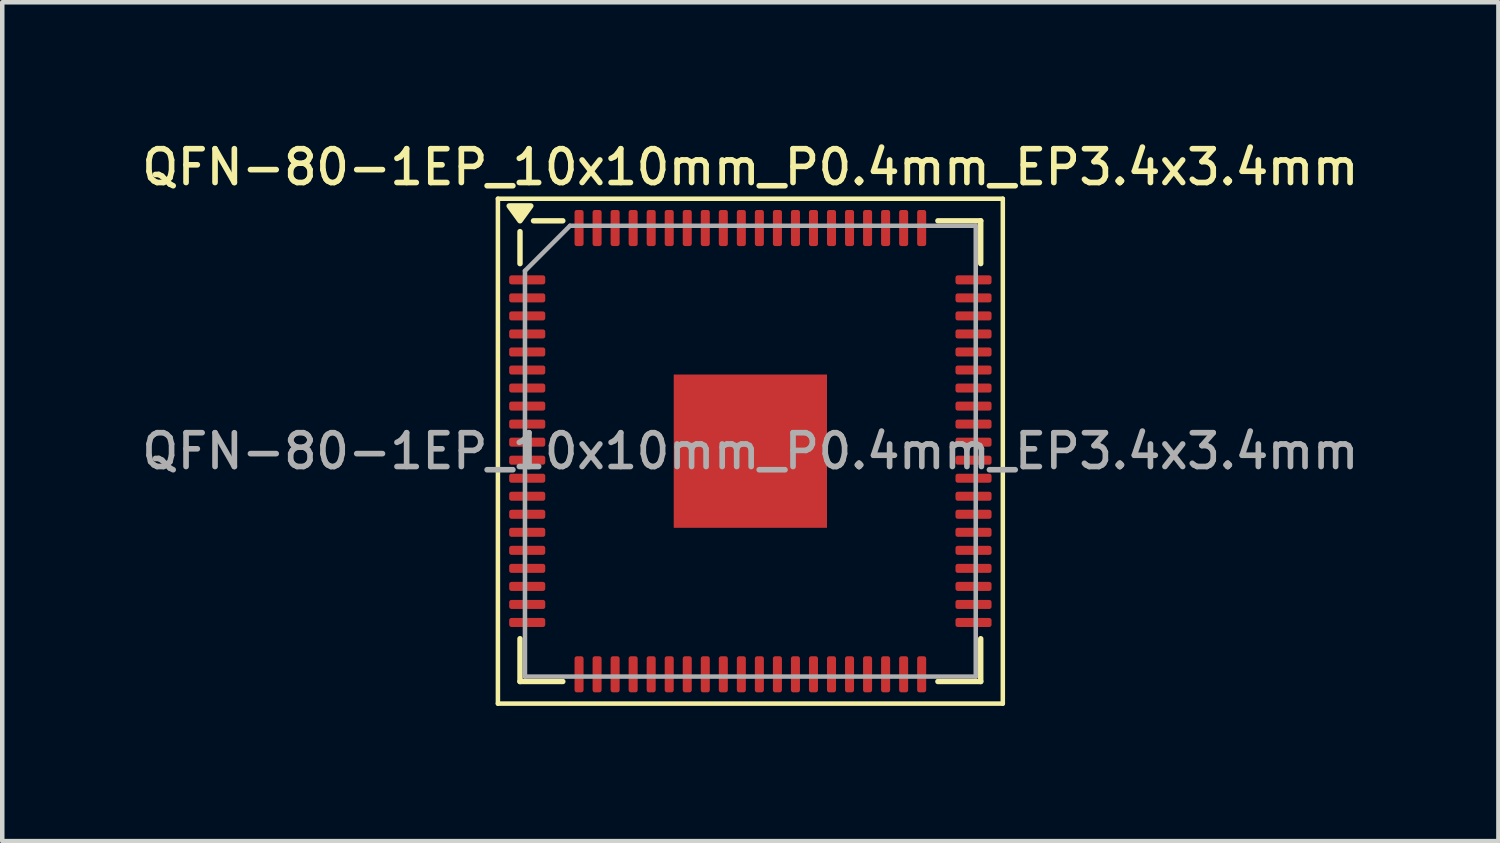
<source format=kicad_pcb>
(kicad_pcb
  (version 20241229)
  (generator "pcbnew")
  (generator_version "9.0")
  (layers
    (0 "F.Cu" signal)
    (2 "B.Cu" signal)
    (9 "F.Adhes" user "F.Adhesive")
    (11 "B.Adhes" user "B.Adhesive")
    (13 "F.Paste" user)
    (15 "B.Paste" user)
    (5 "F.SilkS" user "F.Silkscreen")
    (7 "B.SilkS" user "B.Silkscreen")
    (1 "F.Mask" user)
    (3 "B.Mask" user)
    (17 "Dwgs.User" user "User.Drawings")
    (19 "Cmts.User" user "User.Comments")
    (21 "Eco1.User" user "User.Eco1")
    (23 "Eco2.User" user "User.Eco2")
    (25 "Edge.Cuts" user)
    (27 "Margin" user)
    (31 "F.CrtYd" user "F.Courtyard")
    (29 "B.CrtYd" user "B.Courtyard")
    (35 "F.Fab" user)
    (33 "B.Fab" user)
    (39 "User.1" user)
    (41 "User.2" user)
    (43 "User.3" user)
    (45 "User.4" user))
  (footprint "QFN-80-1EP_10x10mm_P0.4mm_EP3.4x3.4mm"
    (layer "F.Cu")
    (at 13.595 6.958)
    (property "Reference" "QFN-80-1EP_10x10mm_P0.4mm_EP3.4x3.4mm" (at 0 -6.3 0) (layer "F.SilkS") (effects (font (size 0.75 0.75) (thickness 0.125))))
    (attr smd)
    (fp_line (start -5.6 -5.6) (end -5.6 5.6) (stroke (width 0.1) (type solid)) (layer "F.SilkS"))
    (fp_line (start -5.6 5.6) (end 5.6 5.6) (stroke (width 0.1) (type solid)) (layer "F.SilkS"))
    (fp_line (start -5.11 -4.16) (end -5.11 -4.87) (stroke (width 0.12) (type solid)) (layer "F.SilkS"))
    (fp_line (start -5.11 5.11) (end -5.11 4.16) (stroke (width 0.12) (type solid)) (layer "F.SilkS"))
    (fp_line (start -4.16 -5.11) (end -4.81 -5.11) (stroke (width 0.12) (type solid)) (layer "F.SilkS"))
    (fp_line (start -4.16 5.11) (end -5.11 5.11) (stroke (width 0.12) (type solid)) (layer "F.SilkS"))
    (fp_line (start 4.16 -5.11) (end 5.11 -5.11) (stroke (width 0.12) (type solid)) (layer "F.SilkS"))
    (fp_line (start 4.16 5.11) (end 5.11 5.11) (stroke (width 0.12) (type solid)) (layer "F.SilkS"))
    (fp_line (start 5.11 -5.11) (end 5.11 -4.16) (stroke (width 0.12) (type solid)) (layer "F.SilkS"))
    (fp_line (start 5.11 5.11) (end 5.11 4.16) (stroke (width 0.12) (type solid)) (layer "F.SilkS"))
    (fp_line (start 5.6 -5.6) (end -5.6 -5.6) (stroke (width 0.1) (type solid)) (layer "F.SilkS"))
    (fp_line (start 5.6 5.6) (end 5.6 -5.6) (stroke (width 0.1) (type solid)) (layer "F.SilkS"))
    (fp_poly (pts (xy -5.11 -5.11) (xy -5.35 -5.44) (xy -4.87 -5.44) (xy -5.11 -5.11)) (stroke (width 0.12) (type solid)) (fill yes) (layer "F.SilkS"))
    (fp_line (start -5 -4) (end -4 -5) (stroke (width 0.1) (type solid)) (layer "F.Fab"))
    (fp_line (start -5 5) (end -5 -4) (stroke (width 0.1) (type solid)) (layer "F.Fab"))
    (fp_line (start -4 -5) (end 5 -5) (stroke (width 0.1) (type solid)) (layer "F.Fab"))
    (fp_line (start 5 -5) (end 5 5) (stroke (width 0.1) (type solid)) (layer "F.Fab"))
    (fp_line (start 5 5) (end -5 5) (stroke (width 0.1) (type solid)) (layer "F.Fab"))
    (fp_text user "${REFERENCE}" (at 0 0 0) (layer "F.Fab") (effects (font (size 0.75 0.75) (thickness 0.125))))
    (pad "" smd roundrect (at -1.13 -1.13) (size 0.91 0.91) (layers "F.Paste") (roundrect_rratio 0.25))
    (pad "" smd roundrect (at -1.13 0) (size 0.91 0.91) (layers "F.Paste") (roundrect_rratio 0.25))
    (pad "" smd roundrect (at -1.13 1.13) (size 0.91 0.91) (layers "F.Paste") (roundrect_rratio 0.25))
    (pad "" smd roundrect (at 0 -1.13) (size 0.91 0.91) (layers "F.Paste") (roundrect_rratio 0.25))
    (pad "" smd roundrect (at 0 0) (size 0.91 0.91) (layers "F.Paste") (roundrect_rratio 0.25))
    (pad "" smd roundrect (at 0 1.13) (size 0.91 0.91) (layers "F.Paste") (roundrect_rratio 0.25))
    (pad "" smd roundrect (at 1.13 -1.13) (size 0.91 0.91) (layers "F.Paste") (roundrect_rratio 0.25))
    (pad "" smd roundrect (at 1.13 0) (size 0.91 0.91) (layers "F.Paste") (roundrect_rratio 0.25))
    (pad "" smd roundrect (at 1.13 1.13) (size 0.91 0.91) (layers "F.Paste") (roundrect_rratio 0.25))
    (pad "1" smd roundrect (at -4.95 -3.8) (size 0.8 0.2) (layers "F.Cu" "F.Mask" "F.Paste") (roundrect_rratio 0.25))
    (pad "2" smd roundrect (at -4.95 -3.4) (size 0.8 0.2) (layers "F.Cu" "F.Mask" "F.Paste") (roundrect_rratio 0.25))
    (pad "3" smd roundrect (at -4.95 -3) (size 0.8 0.2) (layers "F.Cu" "F.Mask" "F.Paste") (roundrect_rratio 0.25))
    (pad "4" smd roundrect (at -4.95 -2.6) (size 0.8 0.2) (layers "F.Cu" "F.Mask" "F.Paste") (roundrect_rratio 0.25))
    (pad "5" smd roundrect (at -4.95 -2.2) (size 0.8 0.2) (layers "F.Cu" "F.Mask" "F.Paste") (roundrect_rratio 0.25))
    (pad "6" smd roundrect (at -4.95 -1.8) (size 0.8 0.2) (layers "F.Cu" "F.Mask" "F.Paste") (roundrect_rratio 0.25))
    (pad "7" smd roundrect (at -4.95 -1.4) (size 0.8 0.2) (layers "F.Cu" "F.Mask" "F.Paste") (roundrect_rratio 0.25))
    (pad "8" smd roundrect (at -4.95 -1) (size 0.8 0.2) (layers "F.Cu" "F.Mask" "F.Paste") (roundrect_rratio 0.25))
    (pad "9" smd roundrect (at -4.95 -0.6) (size 0.8 0.2) (layers "F.Cu" "F.Mask" "F.Paste") (roundrect_rratio 0.25))
    (pad "10" smd roundrect (at -4.95 -0.2) (size 0.8 0.2) (layers "F.Cu" "F.Mask" "F.Paste") (roundrect_rratio 0.25))
    (pad "11" smd roundrect (at -4.95 0.2) (size 0.8 0.2) (layers "F.Cu" "F.Mask" "F.Paste") (roundrect_rratio 0.25))
    (pad "12" smd roundrect (at -4.95 0.6) (size 0.8 0.2) (layers "F.Cu" "F.Mask" "F.Paste") (roundrect_rratio 0.25))
    (pad "13" smd roundrect (at -4.95 1) (size 0.8 0.2) (layers "F.Cu" "F.Mask" "F.Paste") (roundrect_rratio 0.25))
    (pad "14" smd roundrect (at -4.95 1.4) (size 0.8 0.2) (layers "F.Cu" "F.Mask" "F.Paste") (roundrect_rratio 0.25))
    (pad "15" smd roundrect (at -4.95 1.8) (size 0.8 0.2) (layers "F.Cu" "F.Mask" "F.Paste") (roundrect_rratio 0.25))
    (pad "16" smd roundrect (at -4.95 2.2) (size 0.8 0.2) (layers "F.Cu" "F.Mask" "F.Paste") (roundrect_rratio 0.25))
    (pad "17" smd roundrect (at -4.95 2.6) (size 0.8 0.2) (layers "F.Cu" "F.Mask" "F.Paste") (roundrect_rratio 0.25))
    (pad "18" smd roundrect (at -4.95 3) (size 0.8 0.2) (layers "F.Cu" "F.Mask" "F.Paste") (roundrect_rratio 0.25))
    (pad "19" smd roundrect (at -4.95 3.4) (size 0.8 0.2) (layers "F.Cu" "F.Mask" "F.Paste") (roundrect_rratio 0.25))
    (pad "20" smd roundrect (at -4.95 3.8) (size 0.8 0.2) (layers "F.Cu" "F.Mask" "F.Paste") (roundrect_rratio 0.25))
    (pad "21" smd roundrect (at -3.8 4.95) (size 0.2 0.8) (layers "F.Cu" "F.Mask" "F.Paste") (roundrect_rratio 0.25))
    (pad "22" smd roundrect (at -3.4 4.95) (size 0.2 0.8) (layers "F.Cu" "F.Mask" "F.Paste") (roundrect_rratio 0.25))
    (pad "23" smd roundrect (at -3 4.95) (size 0.2 0.8) (layers "F.Cu" "F.Mask" "F.Paste") (roundrect_rratio 0.25))
    (pad "24" smd roundrect (at -2.6 4.95) (size 0.2 0.8) (layers "F.Cu" "F.Mask" "F.Paste") (roundrect_rratio 0.25))
    (pad "25" smd roundrect (at -2.2 4.95) (size 0.2 0.8) (layers "F.Cu" "F.Mask" "F.Paste") (roundrect_rratio 0.25))
    (pad "26" smd roundrect (at -1.8 4.95) (size 0.2 0.8) (layers "F.Cu" "F.Mask" "F.Paste") (roundrect_rratio 0.25))
    (pad "27" smd roundrect (at -1.4 4.95) (size 0.2 0.8) (layers "F.Cu" "F.Mask" "F.Paste") (roundrect_rratio 0.25))
    (pad "28" smd roundrect (at -1 4.95) (size 0.2 0.8) (layers "F.Cu" "F.Mask" "F.Paste") (roundrect_rratio 0.25))
    (pad "29" smd roundrect (at -0.6 4.95) (size 0.2 0.8) (layers "F.Cu" "F.Mask" "F.Paste") (roundrect_rratio 0.25))
    (pad "30" smd roundrect (at -0.2 4.95) (size 0.2 0.8) (layers "F.Cu" "F.Mask" "F.Paste") (roundrect_rratio 0.25))
    (pad "31" smd roundrect (at 0.2 4.95) (size 0.2 0.8) (layers "F.Cu" "F.Mask" "F.Paste") (roundrect_rratio 0.25))
    (pad "32" smd roundrect (at 0.6 4.95) (size 0.2 0.8) (layers "F.Cu" "F.Mask" "F.Paste") (roundrect_rratio 0.25))
    (pad "33" smd roundrect (at 1 4.95) (size 0.2 0.8) (layers "F.Cu" "F.Mask" "F.Paste") (roundrect_rratio 0.25))
    (pad "34" smd roundrect (at 1.4 4.95) (size 0.2 0.8) (layers "F.Cu" "F.Mask" "F.Paste") (roundrect_rratio 0.25))
    (pad "35" smd roundrect (at 1.8 4.95) (size 0.2 0.8) (layers "F.Cu" "F.Mask" "F.Paste") (roundrect_rratio 0.25))
    (pad "36" smd roundrect (at 2.2 4.95) (size 0.2 0.8) (layers "F.Cu" "F.Mask" "F.Paste") (roundrect_rratio 0.25))
    (pad "37" smd roundrect (at 2.6 4.95) (size 0.2 0.8) (layers "F.Cu" "F.Mask" "F.Paste") (roundrect_rratio 0.25))
    (pad "38" smd roundrect (at 3 4.95) (size 0.2 0.8) (layers "F.Cu" "F.Mask" "F.Paste") (roundrect_rratio 0.25))
    (pad "39" smd roundrect (at 3.4 4.95) (size 0.2 0.8) (layers "F.Cu" "F.Mask" "F.Paste") (roundrect_rratio 0.25))
    (pad "40" smd roundrect (at 3.8 4.95) (size 0.2 0.8) (layers "F.Cu" "F.Mask" "F.Paste") (roundrect_rratio 0.25))
    (pad "41" smd roundrect (at 4.95 3.8) (size 0.8 0.2) (layers "F.Cu" "F.Mask" "F.Paste") (roundrect_rratio 0.25))
    (pad "42" smd roundrect (at 4.95 3.4) (size 0.8 0.2) (layers "F.Cu" "F.Mask" "F.Paste") (roundrect_rratio 0.25))
    (pad "43" smd roundrect (at 4.95 3) (size 0.8 0.2) (layers "F.Cu" "F.Mask" "F.Paste") (roundrect_rratio 0.25))
    (pad "44" smd roundrect (at 4.95 2.6) (size 0.8 0.2) (layers "F.Cu" "F.Mask" "F.Paste") (roundrect_rratio 0.25))
    (pad "45" smd roundrect (at 4.95 2.2) (size 0.8 0.2) (layers "F.Cu" "F.Mask" "F.Paste") (roundrect_rratio 0.25))
    (pad "46" smd roundrect (at 4.95 1.8) (size 0.8 0.2) (layers "F.Cu" "F.Mask" "F.Paste") (roundrect_rratio 0.25))
    (pad "47" smd roundrect (at 4.95 1.4) (size 0.8 0.2) (layers "F.Cu" "F.Mask" "F.Paste") (roundrect_rratio 0.25))
    (pad "48" smd roundrect (at 4.95 1) (size 0.8 0.2) (layers "F.Cu" "F.Mask" "F.Paste") (roundrect_rratio 0.25))
    (pad "49" smd roundrect (at 4.95 0.6) (size 0.8 0.2) (layers "F.Cu" "F.Mask" "F.Paste") (roundrect_rratio 0.25))
    (pad "50" smd roundrect (at 4.95 0.2) (size 0.8 0.2) (layers "F.Cu" "F.Mask" "F.Paste") (roundrect_rratio 0.25))
    (pad "51" smd roundrect (at 4.95 -0.2) (size 0.8 0.2) (layers "F.Cu" "F.Mask" "F.Paste") (roundrect_rratio 0.25))
    (pad "52" smd roundrect (at 4.95 -0.6) (size 0.8 0.2) (layers "F.Cu" "F.Mask" "F.Paste") (roundrect_rratio 0.25))
    (pad "53" smd roundrect (at 4.95 -1) (size 0.8 0.2) (layers "F.Cu" "F.Mask" "F.Paste") (roundrect_rratio 0.25))
    (pad "54" smd roundrect (at 4.95 -1.4) (size 0.8 0.2) (layers "F.Cu" "F.Mask" "F.Paste") (roundrect_rratio 0.25))
    (pad "55" smd roundrect (at 4.95 -1.8) (size 0.8 0.2) (layers "F.Cu" "F.Mask" "F.Paste") (roundrect_rratio 0.25))
    (pad "56" smd roundrect (at 4.95 -2.2) (size 0.8 0.2) (layers "F.Cu" "F.Mask" "F.Paste") (roundrect_rratio 0.25))
    (pad "57" smd roundrect (at 4.95 -2.6) (size 0.8 0.2) (layers "F.Cu" "F.Mask" "F.Paste") (roundrect_rratio 0.25))
    (pad "58" smd roundrect (at 4.95 -3) (size 0.8 0.2) (layers "F.Cu" "F.Mask" "F.Paste") (roundrect_rratio 0.25))
    (pad "59" smd roundrect (at 4.95 -3.4) (size 0.8 0.2) (layers "F.Cu" "F.Mask" "F.Paste") (roundrect_rratio 0.25))
    (pad "60" smd roundrect (at 4.95 -3.8) (size 0.8 0.2) (layers "F.Cu" "F.Mask" "F.Paste") (roundrect_rratio 0.25))
    (pad "61" smd roundrect (at 3.8 -4.95) (size 0.2 0.8) (layers "F.Cu" "F.Mask" "F.Paste") (roundrect_rratio 0.25))
    (pad "62" smd roundrect (at 3.4 -4.95) (size 0.2 0.8) (layers "F.Cu" "F.Mask" "F.Paste") (roundrect_rratio 0.25))
    (pad "63" smd roundrect (at 3 -4.95) (size 0.2 0.8) (layers "F.Cu" "F.Mask" "F.Paste") (roundrect_rratio 0.25))
    (pad "64" smd roundrect (at 2.6 -4.95) (size 0.2 0.8) (layers "F.Cu" "F.Mask" "F.Paste") (roundrect_rratio 0.25))
    (pad "65" smd roundrect (at 2.2 -4.95) (size 0.2 0.8) (layers "F.Cu" "F.Mask" "F.Paste") (roundrect_rratio 0.25))
    (pad "66" smd roundrect (at 1.8 -4.95) (size 0.2 0.8) (layers "F.Cu" "F.Mask" "F.Paste") (roundrect_rratio 0.25))
    (pad "67" smd roundrect (at 1.4 -4.95) (size 0.2 0.8) (layers "F.Cu" "F.Mask" "F.Paste") (roundrect_rratio 0.25))
    (pad "68" smd roundrect (at 1 -4.95) (size 0.2 0.8) (layers "F.Cu" "F.Mask" "F.Paste") (roundrect_rratio 0.25))
    (pad "69" smd roundrect (at 0.6 -4.95) (size 0.2 0.8) (layers "F.Cu" "F.Mask" "F.Paste") (roundrect_rratio 0.25))
    (pad "70" smd roundrect (at 0.2 -4.95) (size 0.2 0.8) (layers "F.Cu" "F.Mask" "F.Paste") (roundrect_rratio 0.25))
    (pad "71" smd roundrect (at -0.2 -4.95) (size 0.2 0.8) (layers "F.Cu" "F.Mask" "F.Paste") (roundrect_rratio 0.25))
    (pad "72" smd roundrect (at -0.6 -4.95) (size 0.2 0.8) (layers "F.Cu" "F.Mask" "F.Paste") (roundrect_rratio 0.25))
    (pad "73" smd roundrect (at -1 -4.95) (size 0.2 0.8) (layers "F.Cu" "F.Mask" "F.Paste") (roundrect_rratio 0.25))
    (pad "74" smd roundrect (at -1.4 -4.95) (size 0.2 0.8) (layers "F.Cu" "F.Mask" "F.Paste") (roundrect_rratio 0.25))
    (pad "75" smd roundrect (at -1.8 -4.95) (size 0.2 0.8) (layers "F.Cu" "F.Mask" "F.Paste") (roundrect_rratio 0.25))
    (pad "76" smd roundrect (at -2.2 -4.95) (size 0.2 0.8) (layers "F.Cu" "F.Mask" "F.Paste") (roundrect_rratio 0.25))
    (pad "77" smd roundrect (at -2.6 -4.95) (size 0.2 0.8) (layers "F.Cu" "F.Mask" "F.Paste") (roundrect_rratio 0.25))
    (pad "78" smd roundrect (at -3 -4.95) (size 0.2 0.8) (layers "F.Cu" "F.Mask" "F.Paste") (roundrect_rratio 0.25))
    (pad "79" smd roundrect (at -3.4 -4.95) (size 0.2 0.8) (layers "F.Cu" "F.Mask" "F.Paste") (roundrect_rratio 0.25))
    (pad "80" smd roundrect (at -3.8 -4.95) (size 0.2 0.8) (layers "F.Cu" "F.Mask" "F.Paste") (roundrect_rratio 0.25))
    (pad "81" smd rect (at 0 0) (size 3.4 3.4) (property pad_prop_heatsink) (layers "F.Cu" "F.Mask")))
  (gr_rect
    (start -3 -3)
    (end 30.189 15.608)
    (stroke (width 0.1) (type default))
    (fill no)
    (layer "Edge.Cuts")))
</source>
